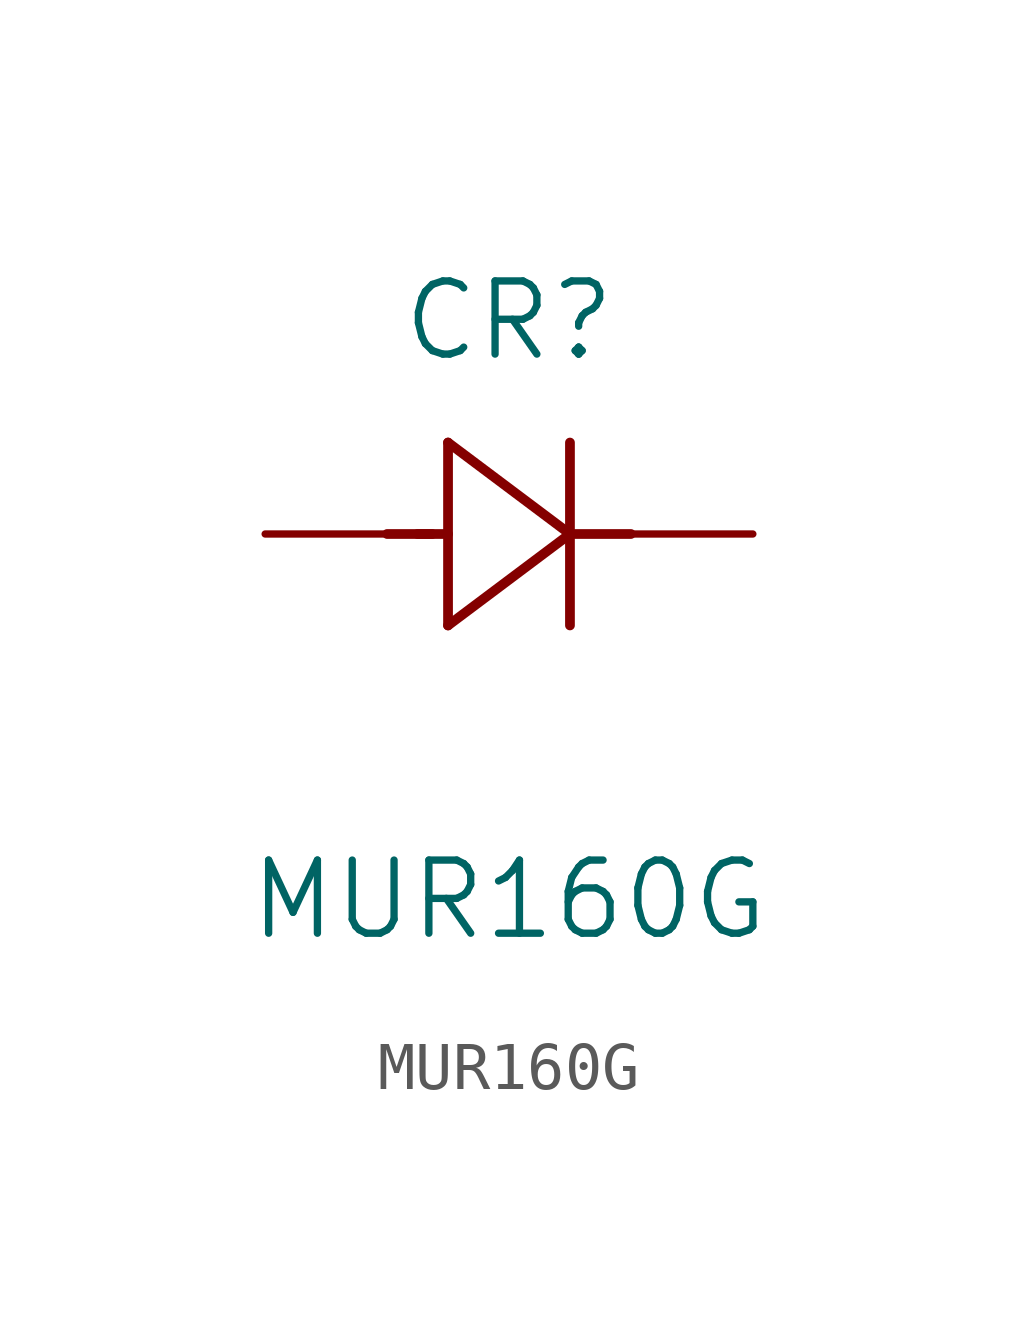
<source format=kicad_sym>
(kicad_symbol_lib
  (version 20211014)
  (generator kicad_symbol_editor)
  (symbol "MUR160G"
    (pin_numbers hide)
    (pin_names
      (offset -1.651) hide)
    (property "Reference" "CR"
      (at 5.08 4.445 0)
      (effects (font (size 1.524 1.524))))
    (property "Value" "MUR160G"
      (at 5.08 -7.62 0)
      (effects (font (size 1.524 1.524))))
    (property "Datasheet" ""
      (at 0 0 0)
      (effects (font (size 1.524 1.524))))
    (property "ki_locked" ""
      (at 0 0 0)
      (effects (font (size 1.27 1.27))))
    (symbol "MUR160G_1_1"
      (polyline (pts (xy 2.54 0) (xy 3.48 0)) (stroke (width 0.203) (type default) (color 0 0 0 0)) (fill (type none)))
      (polyline (pts (xy 3.175 0) (xy 3.81 0)) (stroke (width 0.203) (type default) (color 0 0 0 0)) (fill (type none)))
      (polyline (pts (xy 3.81 -1.905) (xy 6.35 0)) (stroke (width 0.203) (type default) (color 0 0 0 0)) (fill (type none)))
      (polyline (pts (xy 3.81 1.905) (xy 3.81 -1.905)) (stroke (width 0.203) (type default) (color 0 0 0 0)) (fill (type none)))
      (polyline (pts (xy 6.35 -1.905) (xy 6.35 1.905)) (stroke (width 0.203) (type default) (color 0 0 0 0)) (fill (type none)))
      (polyline (pts (xy 6.35 0) (xy 3.81 1.905)) (stroke (width 0.203) (type default) (color 0 0 0 0)) (fill (type none)))
      (polyline (pts (xy 6.35 0) (xy 7.62 0)) (stroke (width 0.203) (type default) (color 0 0 0 0)) (fill (type none)))
      (pin passive line (at 10.16 0 180) (length 2.54) (name "1" (effects (font (size 1.499 1.499)))) (number "1" (effects (font (size 1.499 1.499)))))
      (pin passive line (at 0 0 0) (length 2.54) (name "2" (effects (font (size 1.499 1.499)))) (number "2" (effects (font (size 1.499 1.499))))))))
</source>
